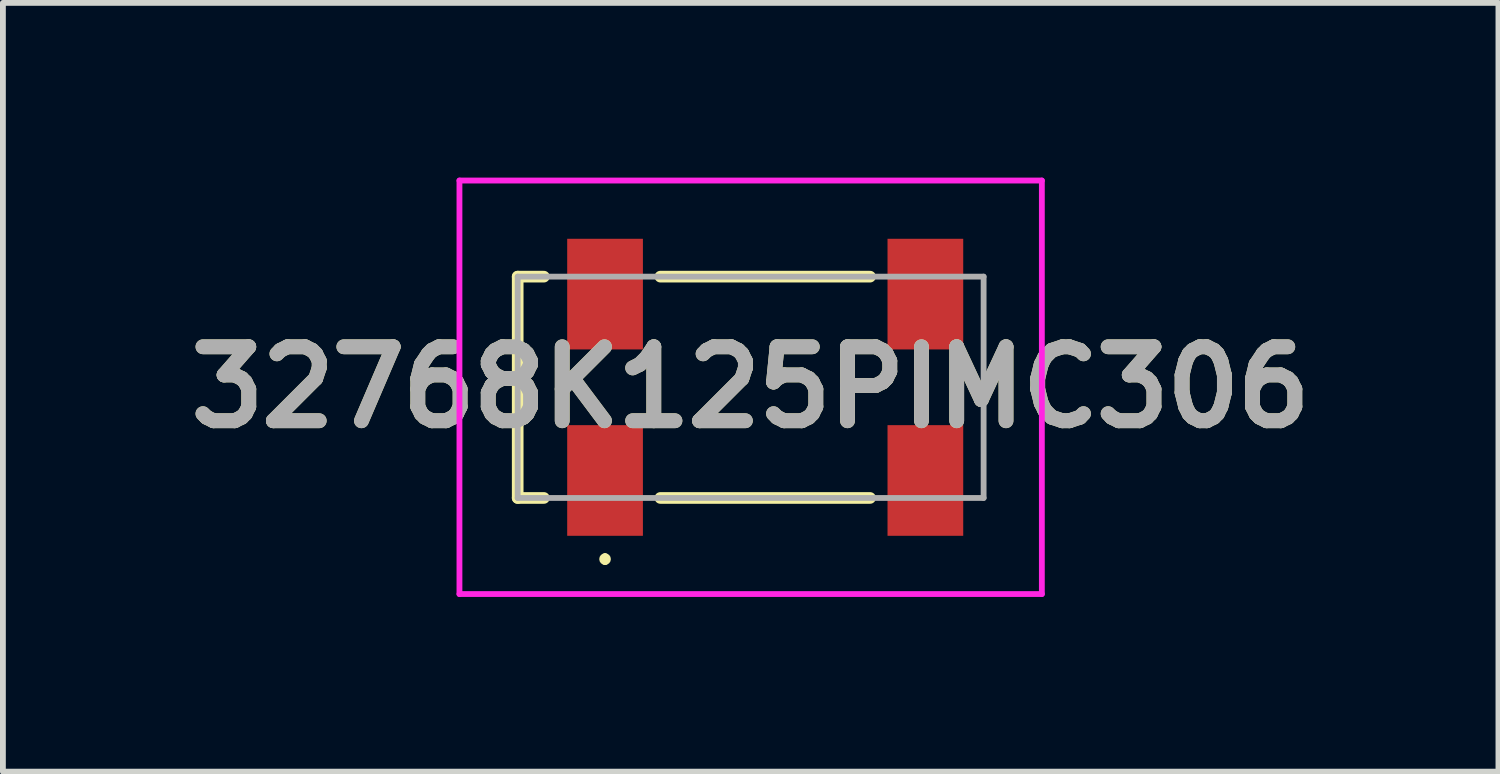
<source format=kicad_pcb>
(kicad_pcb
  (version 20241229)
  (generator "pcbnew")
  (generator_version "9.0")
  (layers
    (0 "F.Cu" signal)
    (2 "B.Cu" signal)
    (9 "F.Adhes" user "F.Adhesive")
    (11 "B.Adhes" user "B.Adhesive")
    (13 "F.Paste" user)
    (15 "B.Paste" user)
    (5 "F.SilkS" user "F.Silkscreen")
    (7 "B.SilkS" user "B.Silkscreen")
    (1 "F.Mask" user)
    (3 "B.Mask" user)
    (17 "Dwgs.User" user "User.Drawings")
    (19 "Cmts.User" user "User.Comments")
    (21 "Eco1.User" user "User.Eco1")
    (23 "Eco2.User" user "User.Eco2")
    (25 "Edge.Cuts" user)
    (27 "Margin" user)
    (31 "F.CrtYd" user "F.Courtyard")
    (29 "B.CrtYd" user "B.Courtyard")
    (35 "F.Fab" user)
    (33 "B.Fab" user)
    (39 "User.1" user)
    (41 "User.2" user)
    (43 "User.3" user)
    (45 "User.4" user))
  (footprint "32768K125PIMC306"
    (layer "F.Cu")
    (at 10.089 3.6)
    (property "Reference" "32768K125PIMC306" (at -0.25 0 0) (layer "F.SilkS") (effects (font (size 1.27 1.27) (thickness 0.254))))
    (attr smd)
    (fp_line (start -4.25 -1.9) (end -4.25 1.9) (stroke (width 0.2) (type solid)) (layer "F.SilkS"))
    (fp_line (start -4.25 1.9) (end -3.8 1.9) (stroke (width 0.2) (type solid)) (layer "F.SilkS"))
    (fp_line (start -3.8 -1.9) (end -4.25 -1.9) (stroke (width 0.2) (type solid)) (layer "F.SilkS"))
    (fp_line (start -2.75 2.9) (end -2.75 2.9) (stroke (width 0.1) (type solid)) (layer "F.SilkS"))
    (fp_line (start -2.75 3) (end -2.75 3) (stroke (width 0.1) (type solid)) (layer "F.SilkS"))
    (fp_line (start -1.8 -1.9) (end 1.8 -1.9) (stroke (width 0.2) (type solid)) (layer "F.SilkS"))
    (fp_line (start -1.8 1.9) (end 1.8 1.9) (stroke (width 0.2) (type solid)) (layer "F.SilkS"))
    (fp_arc (start -2.75 2.9) (mid -2.7 2.95) (end -2.75 3) (stroke (width 0.1) (type solid)) (layer "F.SilkS"))
    (fp_arc (start -2.75 3) (mid -2.8 2.95) (end -2.75 2.9) (stroke (width 0.1) (type solid)) (layer "F.SilkS"))
    (fp_line (start -5.25 -3.55) (end 4.75 -3.55) (stroke (width 0.1) (type solid)) (layer "F.CrtYd"))
    (fp_line (start -5.25 3.55) (end -5.25 -3.55) (stroke (width 0.1) (type solid)) (layer "F.CrtYd"))
    (fp_line (start 4.75 -3.55) (end 4.75 3.55) (stroke (width 0.1) (type solid)) (layer "F.CrtYd"))
    (fp_line (start 4.75 3.55) (end -5.25 3.55) (stroke (width 0.1) (type solid)) (layer "F.CrtYd"))
    (fp_line (start -4.25 -1.9) (end -4.25 1.9) (stroke (width 0.1) (type solid)) (layer "F.Fab"))
    (fp_line (start -4.25 1.9) (end 3.75 1.9) (stroke (width 0.1) (type solid)) (layer "F.Fab"))
    (fp_line (start 3.75 -1.9) (end -4.25 -1.9) (stroke (width 0.1) (type solid)) (layer "F.Fab"))
    (fp_line (start 3.75 1.9) (end 3.75 -1.9) (stroke (width 0.1) (type solid)) (layer "F.Fab"))
    (fp_text user "${REFERENCE}" (at -0.25 0 0) (layer "F.Fab") (effects (font (size 1.27 1.27) (thickness 0.254))))
    (pad "1" smd rect (at -2.75 1.6) (size 1.3 1.9) (layers "F.Cu" "F.Mask" "F.Paste"))
    (pad "2" smd rect (at 2.75 1.6) (size 1.3 1.9) (layers "F.Cu" "F.Mask" "F.Paste"))
    (pad "3" smd rect (at 2.75 -1.6) (size 1.3 1.9) (layers "F.Cu" "F.Mask" "F.Paste"))
    (pad "4" smd rect (at -2.75 -1.6) (size 1.3 1.9) (layers "F.Cu" "F.Mask" "F.Paste")))
  (gr_rect
    (start -3 -3)
    (end 22.679 10.2)
    (stroke (width 0.1) (type default))
    (fill no)
    (layer "Edge.Cuts")))
</source>
